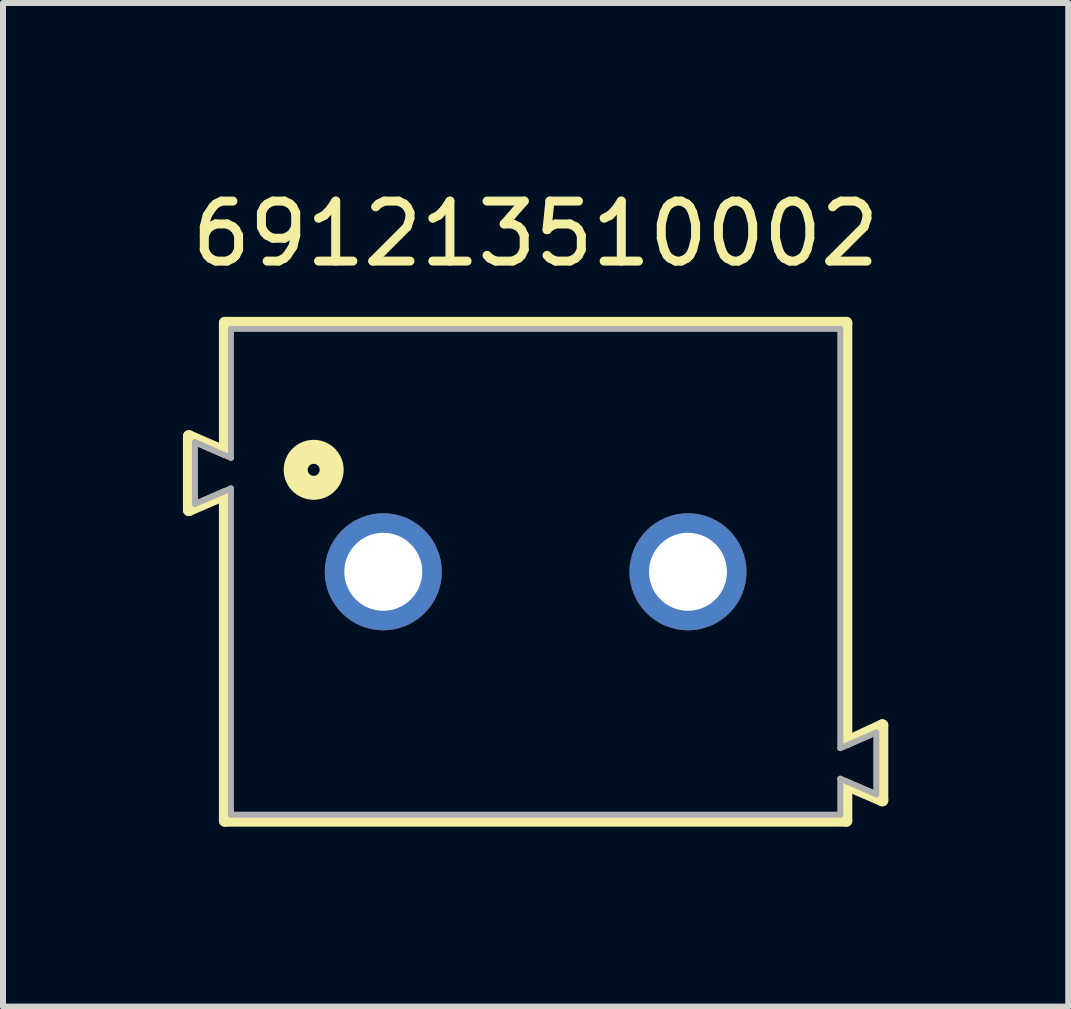
<source format=kicad_pcb>
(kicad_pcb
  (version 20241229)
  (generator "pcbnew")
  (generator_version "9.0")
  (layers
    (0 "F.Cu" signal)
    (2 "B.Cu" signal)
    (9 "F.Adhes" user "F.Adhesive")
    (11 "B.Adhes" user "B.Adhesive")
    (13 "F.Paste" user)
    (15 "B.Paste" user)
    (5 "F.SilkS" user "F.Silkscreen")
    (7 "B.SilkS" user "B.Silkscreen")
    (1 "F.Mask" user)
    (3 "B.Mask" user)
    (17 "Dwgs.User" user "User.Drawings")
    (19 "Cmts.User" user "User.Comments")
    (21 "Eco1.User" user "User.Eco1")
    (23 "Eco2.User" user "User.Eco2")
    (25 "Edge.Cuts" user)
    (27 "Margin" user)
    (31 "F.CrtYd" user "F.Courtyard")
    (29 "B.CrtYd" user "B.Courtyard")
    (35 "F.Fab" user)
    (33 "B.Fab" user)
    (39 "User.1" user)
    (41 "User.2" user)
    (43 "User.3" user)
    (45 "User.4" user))
  (footprint "691213510002"
    (layer "F.Cu")
    (at 5.88 6.483)
    (property "Reference" "691213510002" (at 0 -5.635 0) (layer "F.SilkS") (effects (font (size 1 1) (thickness 0.15))))
    (attr through_hole)
    (fp_line (start -5.78 -2.26) (end -5.18 -2) (stroke (width 0.2) (type solid)) (layer "F.SilkS"))
    (fp_line (start -5.78 -1.03) (end -5.78 -2.26) (stroke (width 0.2) (type solid)) (layer "F.SilkS"))
    (fp_line (start -5.18 -4.15) (end 5.18 -4.15) (stroke (width 0.2) (type solid)) (layer "F.SilkS"))
    (fp_line (start -5.18 -2) (end -5.18 -4.15) (stroke (width 0.2) (type solid)) (layer "F.SilkS"))
    (fp_line (start -5.18 -1.29) (end -5.78 -1.03) (stroke (width 0.2) (type solid)) (layer "F.SilkS"))
    (fp_line (start -5.18 4.15) (end -5.18 -1.29) (stroke (width 0.2) (type solid)) (layer "F.SilkS"))
    (fp_line (start 5.18 -4.15) (end 5.18 2.84) (stroke (width 0.2) (type solid)) (layer "F.SilkS"))
    (fp_line (start 5.18 2.84) (end 5.78 2.56) (stroke (width 0.2) (type solid)) (layer "F.SilkS"))
    (fp_line (start 5.18 3.55) (end 5.18 4.15) (stroke (width 0.2) (type solid)) (layer "F.SilkS"))
    (fp_line (start 5.18 4.15) (end -5.18 4.15) (stroke (width 0.2) (type solid)) (layer "F.SilkS"))
    (fp_line (start 5.78 2.56) (end 5.78 3.81) (stroke (width 0.2) (type solid)) (layer "F.SilkS"))
    (fp_line (start 5.78 3.81) (end 5.18 3.55) (stroke (width 0.2) (type solid)) (layer "F.SilkS"))
    (fp_circle (center -3.7 -1.7) (end -3.6 -1.7) (stroke (width 0.4) (type solid)) (fill no) (layer "F.SilkS"))
    (fp_line (start -5.68 -2.16) (end -5.68 -1.13) (stroke (width 0.1) (type solid)) (layer "F.Fab"))
    (fp_line (start -5.68 -1.13) (end -5.08 -1.39) (stroke (width 0.1) (type solid)) (layer "F.Fab"))
    (fp_line (start -5.08 -4.05) (end -5.08 -1.9) (stroke (width 0.1) (type solid)) (layer "F.Fab"))
    (fp_line (start -5.08 -4.05) (end 5.08 -4.05) (stroke (width 0.1) (type solid)) (layer "F.Fab"))
    (fp_line (start -5.08 -1.9) (end -5.68 -2.16) (stroke (width 0.1) (type solid)) (layer "F.Fab"))
    (fp_line (start -5.08 -1.39) (end -5.08 4.05) (stroke (width 0.1) (type solid)) (layer "F.Fab"))
    (fp_line (start -5.08 4.05) (end 5.08 4.05) (stroke (width 0.1) (type solid)) (layer "F.Fab"))
    (fp_line (start 5.08 -4.05) (end 5.08 2.94) (stroke (width 0.1) (type solid)) (layer "F.Fab"))
    (fp_line (start 5.08 2.94) (end 5.68 2.68) (stroke (width 0.1) (type solid)) (layer "F.Fab"))
    (fp_line (start 5.08 3.45) (end 5.08 4.05) (stroke (width 0.1) (type solid)) (layer "F.Fab"))
    (fp_line (start 5.08 3.45) (end 5.68 3.71) (stroke (width 0.1) (type solid)) (layer "F.Fab"))
    (fp_line (start 5.68 2.68) (end 5.68 3.71) (stroke (width 0.1) (type solid)) (layer "F.Fab"))
    (pad "1" thru_hole circle (at -2.54 0) (size 1.95 1.95) (drill 1.3) (layers "*.Cu" "*.Mask"))
    (pad "2" thru_hole circle (at 2.54 0) (size 1.95 1.95) (drill 1.3) (layers "*.Cu" "*.Mask")))
  (gr_rect
    (start -3 -3)
    (end 14.76 13.733)
    (stroke (width 0.1) (type default))
    (fill no)
    (layer "Edge.Cuts")))
</source>
